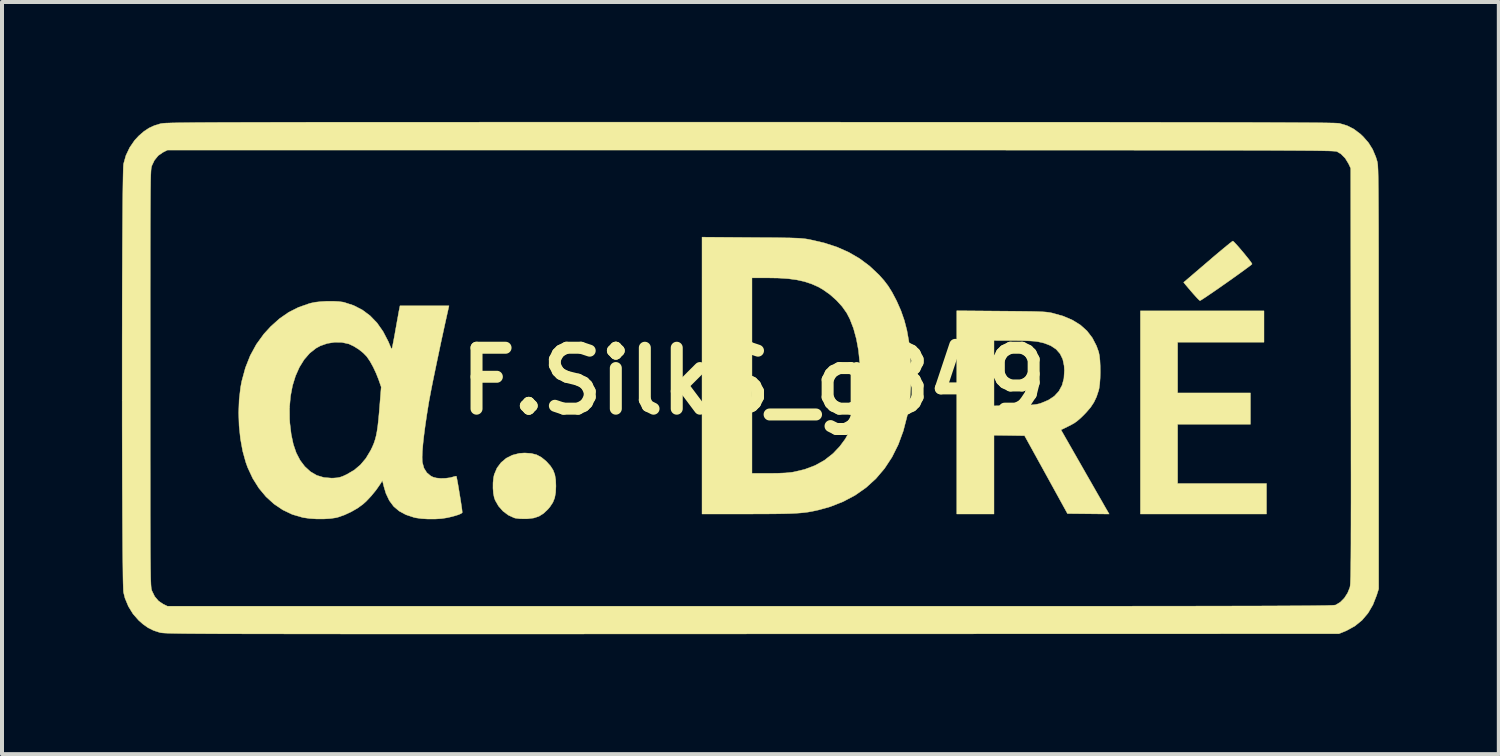
<source format=kicad_pcb>
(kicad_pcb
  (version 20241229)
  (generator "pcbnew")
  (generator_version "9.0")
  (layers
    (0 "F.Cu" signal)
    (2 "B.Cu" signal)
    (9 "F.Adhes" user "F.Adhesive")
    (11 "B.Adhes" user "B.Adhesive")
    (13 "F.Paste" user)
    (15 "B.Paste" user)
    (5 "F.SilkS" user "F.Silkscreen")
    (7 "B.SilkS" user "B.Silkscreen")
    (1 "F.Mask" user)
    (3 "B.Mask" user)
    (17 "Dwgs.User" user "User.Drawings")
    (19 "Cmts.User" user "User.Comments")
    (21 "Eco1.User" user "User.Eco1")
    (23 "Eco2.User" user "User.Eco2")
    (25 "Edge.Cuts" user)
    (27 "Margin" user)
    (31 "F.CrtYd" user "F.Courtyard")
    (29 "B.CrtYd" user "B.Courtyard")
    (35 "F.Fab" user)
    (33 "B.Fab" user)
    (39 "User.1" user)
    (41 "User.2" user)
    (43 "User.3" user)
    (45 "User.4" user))
  (footprint "F.SilkS_g849"
    (layer "F.Cu")
    (at 15.799 6.482)
    (property "Reference" "F.SilkS_g849" (at 0 0 0) (layer "F.SilkS") (effects (font (size 1.524 1.524) (thickness 0.3))))
    (attr through_hole)
    (fp_poly (pts (xy 12.764 -0.974) (xy 10.604 -0.974) (xy 10.604 0.296) (xy 12.425 0.296) (xy 12.425 1.079) (xy 10.604 1.079) (xy 10.604 2.561) (xy 12.827 2.561) (xy 12.827 3.323) (xy 9.673 3.323) (xy 9.673 -1.757) (xy 12.764 -1.757) (xy 12.764 -0.974)) (stroke (width 0.01) (type solid)) (fill yes) (layer "F.SilkS"))
    (fp_poly (pts (xy -5.564 1.808) (xy -5.428 1.842) (xy -5.308 1.906) (xy -5.19 2.003) (xy -5.173 2.02) (xy -5.08 2.124) (xy -5.015 2.226) (xy -4.973 2.336) (xy -4.951 2.466) (xy -4.945 2.625) (xy -4.952 2.787) (xy -4.976 2.92) (xy -5.022 3.035) (xy -5.092 3.141) (xy -5.146 3.206) (xy -5.255 3.309) (xy -5.368 3.38) (xy -5.496 3.423) (xy -5.648 3.442) (xy -5.693 3.444) (xy -5.842 3.442) (xy -5.956 3.428) (xy -5.991 3.419) (xy -6.138 3.351) (xy -6.271 3.25) (xy -6.382 3.124) (xy -6.464 2.981) (xy -6.488 2.914) (xy -6.509 2.808) (xy -6.519 2.678) (xy -6.518 2.541) (xy -6.505 2.416) (xy -6.488 2.336) (xy -6.419 2.173) (xy -6.317 2.037) (xy -6.188 1.928) (xy -6.034 1.851) (xy -5.86 1.806) (xy -5.726 1.797) (xy -5.564 1.808)) (stroke (width 0.01) (type solid)) (fill yes) (layer "F.SilkS"))
    (fp_poly (pts (xy 12.006 -3.488) (xy 12.047 -3.445) (xy 12.104 -3.383) (xy 12.17 -3.307) (xy 12.241 -3.223) (xy 12.31 -3.139) (xy 12.373 -3.061) (xy 12.423 -2.996) (xy 12.456 -2.949) (xy 12.466 -2.929) (xy 12.45 -2.913) (xy 12.403 -2.876) (xy 12.33 -2.822) (xy 12.237 -2.754) (xy 12.128 -2.675) (xy 12.006 -2.588) (xy 11.878 -2.497) (xy 11.748 -2.406) (xy 11.62 -2.316) (xy 11.498 -2.232) (xy 11.389 -2.158) (xy 11.296 -2.095) (xy 11.224 -2.048) (xy 11.178 -2.019) (xy 11.162 -2.012) (xy 11.142 -2.028) (xy 11.1 -2.069) (xy 11.045 -2.129) (xy 10.996 -2.184) (xy 10.929 -2.261) (xy 10.868 -2.333) (xy 10.821 -2.389) (xy 10.801 -2.412) (xy 10.755 -2.47) (xy 11.358 -2.986) (xy 11.494 -3.103) (xy 11.621 -3.21) (xy 11.735 -3.305) (xy 11.832 -3.385) (xy 11.908 -3.447) (xy 11.96 -3.487) (xy 11.984 -3.503) (xy 11.985 -3.503) (xy 12.006 -3.488)) (stroke (width 0.01) (type solid)) (fill yes) (layer "F.SilkS"))
    (fp_poly (pts (xy 6.186 -1.751) (xy 6.433 -1.749) (xy 6.643 -1.747) (xy 6.817 -1.745) (xy 6.962 -1.743) (xy 7.08 -1.74) (xy 7.176 -1.736) (xy 7.254 -1.732) (xy 7.317 -1.727) (xy 7.371 -1.72) (xy 7.418 -1.713) (xy 7.462 -1.704) (xy 7.482 -1.699) (xy 7.747 -1.624) (xy 7.977 -1.525) (xy 8.173 -1.403) (xy 8.337 -1.256) (xy 8.471 -1.082) (xy 8.575 -0.88) (xy 8.629 -0.73) (xy 8.648 -0.639) (xy 8.661 -0.517) (xy 8.668 -0.375) (xy 8.67 -0.224) (xy 8.666 -0.074) (xy 8.656 0.064) (xy 8.641 0.179) (xy 8.629 0.231) (xy 8.576 0.392) (xy 8.511 0.529) (xy 8.428 0.655) (xy 8.317 0.784) (xy 8.266 0.837) (xy 8.174 0.927) (xy 8.096 0.994) (xy 8.023 1.047) (xy 7.94 1.094) (xy 7.881 1.124) (xy 7.687 1.219) (xy 8.237 2.181) (xy 8.344 2.369) (xy 8.447 2.548) (xy 8.542 2.715) (xy 8.628 2.865) (xy 8.703 2.995) (xy 8.763 3.101) (xy 8.808 3.179) (xy 8.835 3.226) (xy 8.84 3.234) (xy 8.892 3.324) (xy 7.849 3.313) (xy 7.313 2.339) (xy 6.776 1.365) (xy 6.394 1.359) (xy 6.011 1.354) (xy 6.011 3.323) (xy 5.08 3.323) (xy 5.08 0.619) (xy 6.011 0.619) (xy 6.525 0.609) (xy 6.69 0.605) (xy 6.82 0.601) (xy 6.921 0.597) (xy 7 0.59) (xy 7.062 0.582) (xy 7.116 0.572) (xy 7.167 0.558) (xy 7.186 0.552) (xy 7.37 0.475) (xy 7.52 0.376) (xy 7.634 0.252) (xy 7.714 0.104) (xy 7.76 -0.069) (xy 7.772 -0.267) (xy 7.765 -0.384) (xy 7.731 -0.547) (xy 7.664 -0.684) (xy 7.565 -0.797) (xy 7.432 -0.886) (xy 7.264 -0.951) (xy 7.117 -0.985) (xy 7.02 -0.998) (xy 6.885 -1.007) (xy 6.714 -1.013) (xy 6.513 -1.015) (xy 6.482 -1.015) (xy 6.011 -1.016) (xy 6.011 0.619) (xy 5.08 0.619) (xy 5.08 -1.76) (xy 6.186 -1.751)) (stroke (width 0.01) (type solid)) (fill yes) (layer "F.SilkS"))
    (fp_poly (pts (xy -0.058 -3.592) (xy 0.204 -3.59) (xy 0.428 -3.589) (xy 0.617 -3.587) (xy 0.776 -3.584) (xy 0.908 -3.582) (xy 1.016 -3.578) (xy 1.106 -3.575) (xy 1.18 -3.57) (xy 1.243 -3.564) (xy 1.298 -3.558) (xy 1.349 -3.55) (xy 1.401 -3.54) (xy 1.408 -3.539) (xy 1.764 -3.457) (xy 2.087 -3.352) (xy 2.381 -3.221) (xy 2.651 -3.064) (xy 2.901 -2.877) (xy 3.134 -2.658) (xy 3.142 -2.65) (xy 3.261 -2.516) (xy 3.365 -2.379) (xy 3.461 -2.225) (xy 3.556 -2.045) (xy 3.579 -2) (xy 3.684 -1.762) (xy 3.768 -1.521) (xy 3.833 -1.27) (xy 3.881 -1.001) (xy 3.913 -0.708) (xy 3.93 -0.382) (xy 3.931 -0.338) (xy 3.934 -0.072) (xy 3.929 0.163) (xy 3.915 0.378) (xy 3.891 0.583) (xy 3.856 0.79) (xy 3.839 0.874) (xy 3.743 1.245) (xy 3.617 1.588) (xy 3.46 1.902) (xy 3.274 2.185) (xy 3.058 2.439) (xy 2.814 2.661) (xy 2.541 2.853) (xy 2.24 3.013) (xy 1.912 3.142) (xy 1.633 3.22) (xy 1.541 3.241) (xy 1.452 3.259) (xy 1.364 3.275) (xy 1.271 3.287) (xy 1.17 3.297) (xy 1.056 3.305) (xy 0.925 3.312) (xy 0.772 3.316) (xy 0.595 3.319) (xy 0.387 3.321) (xy 0.146 3.322) (xy -0.133 3.323) (xy -0.143 3.323) (xy -1.291 3.323) (xy -1.291 2.307) (xy -0.042 2.307) (xy 0.378 2.307) (xy 0.609 2.304) (xy 0.797 2.296) (xy 0.945 2.281) (xy 0.987 2.275) (xy 1.275 2.208) (xy 1.535 2.11) (xy 1.768 1.981) (xy 1.974 1.82) (xy 1.993 1.803) (xy 2.155 1.632) (xy 2.292 1.446) (xy 2.405 1.243) (xy 2.495 1.016) (xy 2.565 0.763) (xy 2.616 0.478) (xy 2.649 0.167) (xy 2.663 -0.153) (xy 2.653 -0.468) (xy 2.622 -0.771) (xy 2.569 -1.057) (xy 2.497 -1.32) (xy 2.406 -1.554) (xy 2.327 -1.706) (xy 2.215 -1.864) (xy 2.072 -2.021) (xy 1.909 -2.166) (xy 1.735 -2.289) (xy 1.615 -2.358) (xy 1.447 -2.432) (xy 1.271 -2.49) (xy 1.079 -2.533) (xy 0.866 -2.562) (xy 0.624 -2.578) (xy 0.376 -2.582) (xy -0.042 -2.582) (xy -0.042 2.307) (xy -1.291 2.307) (xy -1.291 -3.601) (xy -0.058 -3.592)) (stroke (width 0.01) (type solid)) (fill yes) (layer "F.SilkS"))
    (fp_poly (pts (xy -10.38 -1.991) (xy -10.267 -1.976) (xy -10.245 -1.971) (xy -10.003 -1.892) (xy -9.786 -1.78) (xy -9.592 -1.635) (xy -9.419 -1.456) (xy -9.268 -1.241) (xy -9.137 -0.989) (xy -9.078 -0.849) (xy -9.06 -0.815) (xy -9.048 -0.809) (xy -9.041 -0.832) (xy -9.029 -0.89) (xy -9.012 -0.977) (xy -8.991 -1.087) (xy -8.968 -1.213) (xy -8.964 -1.24) (xy -8.939 -1.377) (xy -8.916 -1.507) (xy -8.895 -1.621) (xy -8.879 -1.712) (xy -8.868 -1.77) (xy -8.867 -1.773) (xy -8.845 -1.884) (xy -7.619 -1.884) (xy -7.63 -1.836) (xy -7.674 -1.639) (xy -7.722 -1.422) (xy -7.772 -1.192) (xy -7.824 -0.954) (xy -7.874 -0.714) (xy -7.924 -0.477) (xy -7.971 -0.249) (xy -8.015 -0.036) (xy -8.054 0.158) (xy -8.086 0.325) (xy -8.112 0.462) (xy -8.126 0.541) (xy -8.174 0.839) (xy -8.214 1.111) (xy -8.246 1.355) (xy -8.27 1.57) (xy -8.285 1.752) (xy -8.291 1.899) (xy -8.288 2.008) (xy -8.284 2.037) (xy -8.245 2.177) (xy -8.174 2.29) (xy -8.074 2.373) (xy -8.017 2.401) (xy -7.933 2.423) (xy -7.825 2.433) (xy -7.707 2.43) (xy -7.595 2.416) (xy -7.545 2.403) (xy -7.486 2.386) (xy -7.446 2.378) (xy -7.437 2.377) (xy -7.43 2.401) (xy -7.418 2.459) (xy -7.402 2.544) (xy -7.384 2.648) (xy -7.365 2.764) (xy -7.345 2.885) (xy -7.326 3.002) (xy -7.31 3.108) (xy -7.297 3.196) (xy -7.29 3.259) (xy -7.288 3.288) (xy -7.288 3.289) (xy -7.316 3.312) (xy -7.38 3.34) (xy -7.476 3.37) (xy -7.597 3.401) (xy -7.673 3.418) (xy -7.811 3.439) (xy -7.973 3.449) (xy -8.142 3.449) (xy -8.306 3.439) (xy -8.448 3.419) (xy -8.496 3.408) (xy -8.698 3.341) (xy -8.866 3.25) (xy -9.004 3.133) (xy -9.113 2.986) (xy -9.197 2.808) (xy -9.246 2.644) (xy -9.285 2.487) (xy -9.344 2.582) (xy -9.445 2.727) (xy -9.565 2.873) (xy -9.69 3.006) (xy -9.775 3.082) (xy -9.909 3.179) (xy -10.068 3.27) (xy -10.234 3.347) (xy -10.394 3.403) (xy -10.45 3.417) (xy -10.587 3.437) (xy -10.751 3.447) (xy -10.927 3.447) (xy -11.1 3.436) (xy -11.257 3.414) (xy -11.285 3.408) (xy -11.539 3.334) (xy -11.776 3.221) (xy -11.996 3.073) (xy -12.196 2.891) (xy -12.374 2.677) (xy -12.527 2.434) (xy -12.653 2.164) (xy -12.701 2.032) (xy -12.779 1.751) (xy -12.835 1.443) (xy -12.869 1.12) (xy -12.88 0.791) (xy -12.875 0.658) (xy -11.608 0.658) (xy -11.606 0.951) (xy -11.6 1.046) (xy -11.566 1.331) (xy -11.513 1.58) (xy -11.439 1.796) (xy -11.343 1.98) (xy -11.228 2.133) (xy -11.084 2.265) (xy -10.926 2.357) (xy -10.75 2.41) (xy -10.556 2.426) (xy -10.511 2.425) (xy -10.42 2.418) (xy -10.346 2.404) (xy -10.272 2.378) (xy -10.18 2.335) (xy -10.17 2.33) (xy -9.988 2.223) (xy -9.832 2.091) (xy -9.697 1.93) (xy -9.58 1.735) (xy -9.535 1.643) (xy -9.499 1.558) (xy -9.469 1.469) (xy -9.443 1.372) (xy -9.421 1.26) (xy -9.401 1.127) (xy -9.383 0.966) (xy -9.365 0.773) (xy -9.356 0.661) (xy -9.315 0.147) (xy -9.379 -0.037) (xy -9.442 -0.196) (xy -9.515 -0.352) (xy -9.593 -0.493) (xy -9.67 -0.606) (xy -9.678 -0.617) (xy -9.765 -0.706) (xy -9.877 -0.795) (xy -10 -0.872) (xy -10.118 -0.928) (xy -10.13 -0.932) (xy -10.299 -0.969) (xy -10.48 -0.972) (xy -10.664 -0.943) (xy -10.838 -0.882) (xy -10.946 -0.823) (xy -11.104 -0.698) (xy -11.243 -0.538) (xy -11.361 -0.347) (xy -11.458 -0.129) (xy -11.533 0.114) (xy -11.583 0.377) (xy -11.608 0.658) (xy -12.875 0.658) (xy -12.868 0.467) (xy -12.832 0.158) (xy -12.803 0.003) (xy -12.712 -0.332) (xy -12.591 -0.638) (xy -12.438 -0.919) (xy -12.251 -1.177) (xy -12.077 -1.367) (xy -11.858 -1.563) (xy -11.63 -1.721) (xy -11.385 -1.845) (xy -11.117 -1.939) (xy -11.074 -1.951) (xy -10.96 -1.974) (xy -10.821 -1.989) (xy -10.669 -1.998) (xy -10.518 -1.998) (xy -10.38 -1.991)) (stroke (width 0.01) (type solid)) (fill yes) (layer "F.SilkS"))
    (fp_poly (pts (xy -2.015 -6.477) (xy -1.119 -6.477) (xy -0.181 -6.477) (xy -0.087 -6.477) (xy 0.868 -6.477) (xy 1.781 -6.477) (xy 2.654 -6.476) (xy 3.487 -6.476) (xy 4.282 -6.476) (xy 5.038 -6.476) (xy 5.758 -6.476) (xy 6.441 -6.476) (xy 7.09 -6.476) (xy 7.704 -6.475) (xy 8.285 -6.475) (xy 8.833 -6.475) (xy 9.35 -6.474) (xy 9.836 -6.474) (xy 10.293 -6.473) (xy 10.72 -6.473) (xy 11.12 -6.472) (xy 11.492 -6.472) (xy 11.839 -6.471) (xy 12.16 -6.471) (xy 12.456 -6.47) (xy 12.73 -6.469) (xy 12.98 -6.468) (xy 13.209 -6.467) (xy 13.418 -6.466) (xy 13.606 -6.465) (xy 13.775 -6.464) (xy 13.927 -6.463) (xy 14.061 -6.462) (xy 14.179 -6.461) (xy 14.281 -6.459) (xy 14.369 -6.458) (xy 14.444 -6.456) (xy 14.505 -6.455) (xy 14.555 -6.453) (xy 14.594 -6.451) (xy 14.624 -6.449) (xy 14.644 -6.447) (xy 14.653 -6.446) (xy 14.841 -6.39) (xy 15.011 -6.304) (xy 15.172 -6.183) (xy 15.243 -6.116) (xy 15.377 -5.963) (xy 15.481 -5.797) (xy 15.561 -5.607) (xy 15.593 -5.503) (xy 15.597 -5.487) (xy 15.601 -5.469) (xy 15.604 -5.446) (xy 15.608 -5.418) (xy 15.611 -5.383) (xy 15.613 -5.338) (xy 15.616 -5.283) (xy 15.618 -5.216) (xy 15.62 -5.135) (xy 15.622 -5.039) (xy 15.623 -4.927) (xy 15.625 -4.796) (xy 15.626 -4.644) (xy 15.627 -4.472) (xy 15.628 -4.276) (xy 15.629 -4.055) (xy 15.63 -3.808) (xy 15.63 -3.533) (xy 15.631 -3.229) (xy 15.631 -2.893) (xy 15.631 -2.525) (xy 15.631 -2.123) (xy 15.631 -1.684) (xy 15.632 -1.209) (xy 15.632 -0.694) (xy 15.632 -0.139) (xy 15.632 5.196) (xy 15.582 5.355) (xy 15.488 5.595) (xy 15.366 5.803) (xy 15.215 5.981) (xy 15.036 6.126) (xy 14.829 6.24) (xy 14.78 6.261) (xy 14.637 6.318) (xy -0.032 6.322) (xy -0.976 6.323) (xy -1.879 6.323) (xy -2.742 6.323) (xy -3.565 6.323) (xy -4.349 6.324) (xy -5.096 6.324) (xy -5.806 6.324) (xy -6.48 6.324) (xy -7.12 6.324) (xy -7.725 6.324) (xy -8.298 6.324) (xy -8.839 6.324) (xy -9.348 6.324) (xy -9.827 6.324) (xy -10.278 6.324) (xy -10.7 6.323) (xy -11.094 6.323) (xy -11.462 6.323) (xy -11.805 6.322) (xy -12.124 6.322) (xy -12.418 6.321) (xy -12.69 6.321) (xy -12.941 6.32) (xy -13.17 6.32) (xy -13.38 6.319) (xy -13.571 6.318) (xy -13.744 6.317) (xy -13.9 6.316) (xy -14.04 6.315) (xy -14.164 6.314) (xy -14.275 6.313) (xy -14.372 6.311) (xy -14.457 6.31) (xy -14.531 6.308) (xy -14.594 6.307) (xy -14.648 6.305) (xy -14.693 6.303) (xy -14.73 6.301) (xy -14.761 6.299) (xy -14.786 6.297) (xy -14.806 6.295) (xy -14.823 6.293) (xy -14.836 6.29) (xy -14.847 6.288) (xy -14.855 6.286) (xy -15.009 6.236) (xy -15.144 6.169) (xy -15.273 6.078) (xy -15.38 5.984) (xy -15.522 5.822) (xy -15.638 5.634) (xy -15.723 5.429) (xy -15.759 5.285) (xy -15.763 5.244) (xy -15.766 5.163) (xy -15.77 5.044) (xy -15.773 4.89) (xy -15.775 4.703) (xy -15.778 4.484) (xy -15.781 4.236) (xy -15.783 3.962) (xy -15.785 3.664) (xy -15.787 3.344) (xy -15.788 3.004) (xy -15.79 2.646) (xy -15.791 2.273) (xy -15.792 1.887) (xy -15.793 1.49) (xy -15.794 1.085) (xy -15.794 0.673) (xy -15.794 0.257) (xy -15.794 -0.074) (xy -15.092 -0.074) (xy -15.092 0.48) (xy -15.092 0.993) (xy -15.092 1.467) (xy -15.092 1.903) (xy -15.091 2.304) (xy -15.091 2.67) (xy -15.091 3.003) (xy -15.091 3.306) (xy -15.09 3.578) (xy -15.089 3.823) (xy -15.089 4.041) (xy -15.088 4.235) (xy -15.087 4.405) (xy -15.085 4.554) (xy -15.084 4.682) (xy -15.082 4.792) (xy -15.081 4.886) (xy -15.079 4.964) (xy -15.076 5.029) (xy -15.074 5.081) (xy -15.071 5.123) (xy -15.068 5.157) (xy -15.065 5.183) (xy -15.061 5.203) (xy -15.057 5.219) (xy -15.053 5.233) (xy -15.051 5.24) (xy -14.98 5.386) (xy -14.883 5.5) (xy -14.77 5.576) (xy -14.66 5.63) (xy -0.09 5.63) (xy 0.857 5.63) (xy 1.762 5.63) (xy 2.628 5.63) (xy 3.453 5.63) (xy 4.24 5.63) (xy 4.99 5.63) (xy 5.702 5.63) (xy 6.379 5.63) (xy 7.02 5.63) (xy 7.627 5.629) (xy 8.202 5.629) (xy 8.744 5.629) (xy 9.254 5.629) (xy 9.735 5.628) (xy 10.186 5.628) (xy 10.608 5.627) (xy 11.002 5.627) (xy 11.37 5.626) (xy 11.712 5.626) (xy 12.029 5.625) (xy 12.322 5.625) (xy 12.592 5.624) (xy 12.84 5.623) (xy 13.067 5.622) (xy 13.273 5.621) (xy 13.46 5.62) (xy 13.629 5.619) (xy 13.78 5.618) (xy 13.914 5.617) (xy 14.032 5.616) (xy 14.136 5.614) (xy 14.226 5.613) (xy 14.302 5.612) (xy 14.367 5.61) (xy 14.421 5.608) (xy 14.464 5.607) (xy 14.498 5.605) (xy 14.524 5.603) (xy 14.542 5.601) (xy 14.554 5.599) (xy 14.558 5.598) (xy 14.672 5.529) (xy 14.774 5.426) (xy 14.856 5.298) (xy 14.911 5.161) (xy 14.914 5.146) (xy 14.918 5.124) (xy 14.921 5.096) (xy 14.924 5.058) (xy 14.926 5.01) (xy 14.928 4.949) (xy 14.931 4.875) (xy 14.932 4.785) (xy 14.934 4.678) (xy 14.935 4.553) (xy 14.937 4.408) (xy 14.938 4.241) (xy 14.939 4.051) (xy 14.939 3.836) (xy 14.94 3.595) (xy 14.94 3.326) (xy 14.941 3.027) (xy 14.941 2.698) (xy 14.941 2.336) (xy 14.94 1.939) (xy 14.94 1.507) (xy 14.94 1.038) (xy 14.939 0.53) (xy 14.939 -0.019) (xy 14.939 -0.139) (xy 14.933 -5.323) (xy 14.878 -5.44) (xy 14.795 -5.575) (xy 14.691 -5.68) (xy 14.594 -5.739) (xy 14.588 -5.741) (xy 14.579 -5.744) (xy 14.567 -5.746) (xy 14.551 -5.748) (xy 14.53 -5.75) (xy 14.503 -5.752) (xy 14.469 -5.754) (xy 14.427 -5.756) (xy 14.377 -5.758) (xy 14.316 -5.759) (xy 14.245 -5.761) (xy 14.162 -5.762) (xy 14.067 -5.764) (xy 13.958 -5.765) (xy 13.835 -5.766) (xy 13.696 -5.767) (xy 13.541 -5.768) (xy 13.369 -5.769) (xy 13.179 -5.77) (xy 12.97 -5.771) (xy 12.74 -5.772) (xy 12.49 -5.772) (xy 12.218 -5.773) (xy 11.923 -5.774) (xy 11.604 -5.774) (xy 11.26 -5.775) (xy 10.891 -5.775) (xy 10.495 -5.776) (xy 10.072 -5.776) (xy 9.62 -5.776) (xy 9.139 -5.777) (xy 8.628 -5.777) (xy 8.085 -5.777) (xy 7.51 -5.777) (xy 6.902 -5.777) (xy 6.26 -5.778) (xy 5.583 -5.778) (xy 4.87 -5.778) (xy 4.12 -5.778) (xy 3.333 -5.778) (xy 2.506 -5.778) (xy 1.64 -5.778) (xy 0.734 -5.778) (xy -0.075 -5.778) (xy -14.66 -5.779) (xy -14.77 -5.724) (xy -14.892 -5.64) (xy -14.987 -5.523) (xy -15.051 -5.388) (xy -15.055 -5.375) (xy -15.059 -5.36) (xy -15.063 -5.342) (xy -15.067 -5.319) (xy -15.07 -5.29) (xy -15.073 -5.252) (xy -15.075 -5.206) (xy -15.078 -5.147) (xy -15.08 -5.077) (xy -15.082 -4.991) (xy -15.083 -4.89) (xy -15.085 -4.771) (xy -15.086 -4.633) (xy -15.087 -4.474) (xy -15.088 -4.293) (xy -15.089 -4.088) (xy -15.09 -3.857) (xy -15.09 -3.599) (xy -15.091 -3.313) (xy -15.091 -2.996) (xy -15.091 -2.647) (xy -15.092 -2.264) (xy -15.092 -1.847) (xy -15.092 -1.393) (xy -15.092 -0.9) (xy -15.092 -0.368) (xy -15.092 -0.074) (xy -15.794 -0.074) (xy -15.794 -0.161) (xy -15.794 -0.578) (xy -15.794 -0.992) (xy -15.793 -1.401) (xy -15.793 -1.803) (xy -15.792 -2.196) (xy -15.791 -2.577) (xy -15.789 -2.944) (xy -15.788 -3.295) (xy -15.786 -3.627) (xy -15.784 -3.939) (xy -15.782 -4.227) (xy -15.78 -4.49) (xy -15.777 -4.726) (xy -15.774 -4.932) (xy -15.771 -5.106) (xy -15.768 -5.246) (xy -15.765 -5.349) (xy -15.761 -5.414) (xy -15.759 -5.433) (xy -15.7 -5.643) (xy -15.605 -5.843) (xy -15.48 -6.025) (xy -15.38 -6.132) (xy -15.249 -6.246) (xy -15.122 -6.33) (xy -14.987 -6.392) (xy -14.847 -6.435) (xy -14.836 -6.438) (xy -14.824 -6.44) (xy -14.81 -6.443) (xy -14.794 -6.445) (xy -14.774 -6.447) (xy -14.75 -6.45) (xy -14.72 -6.452) (xy -14.684 -6.454) (xy -14.64 -6.455) (xy -14.587 -6.457) (xy -14.526 -6.459) (xy -14.454 -6.46) (xy -14.371 -6.462) (xy -14.276 -6.463) (xy -14.168 -6.464) (xy -14.046 -6.466) (xy -13.909 -6.467) (xy -13.756 -6.468) (xy -13.586 -6.469) (xy -13.398 -6.47) (xy -13.192 -6.47) (xy -12.966 -6.471) (xy -12.72 -6.472) (xy -12.452 -6.473) (xy -12.161 -6.473) (xy -11.847 -6.474) (xy -11.509 -6.474) (xy -11.145 -6.475) (xy -10.755 -6.475) (xy -10.338 -6.475) (xy -9.893 -6.476) (xy -9.419 -6.476) (xy -8.915 -6.476) (xy -8.38 -6.476) (xy -7.813 -6.476) (xy -7.213 -6.476) (xy -6.579 -6.477) (xy -5.911 -6.477) (xy -5.207 -6.477) (xy -4.466 -6.477) (xy -3.688 -6.477) (xy -2.871 -6.477) (xy -2.015 -6.477)) (stroke (width 0.01) (type solid)) (fill yes) (layer "F.SilkS")))
  (gr_rect
    (start -3 -3)
    (end 34.436 15.811)
    (stroke (width 0.1) (type default))
    (fill no)
    (layer "Edge.Cuts")))
</source>
